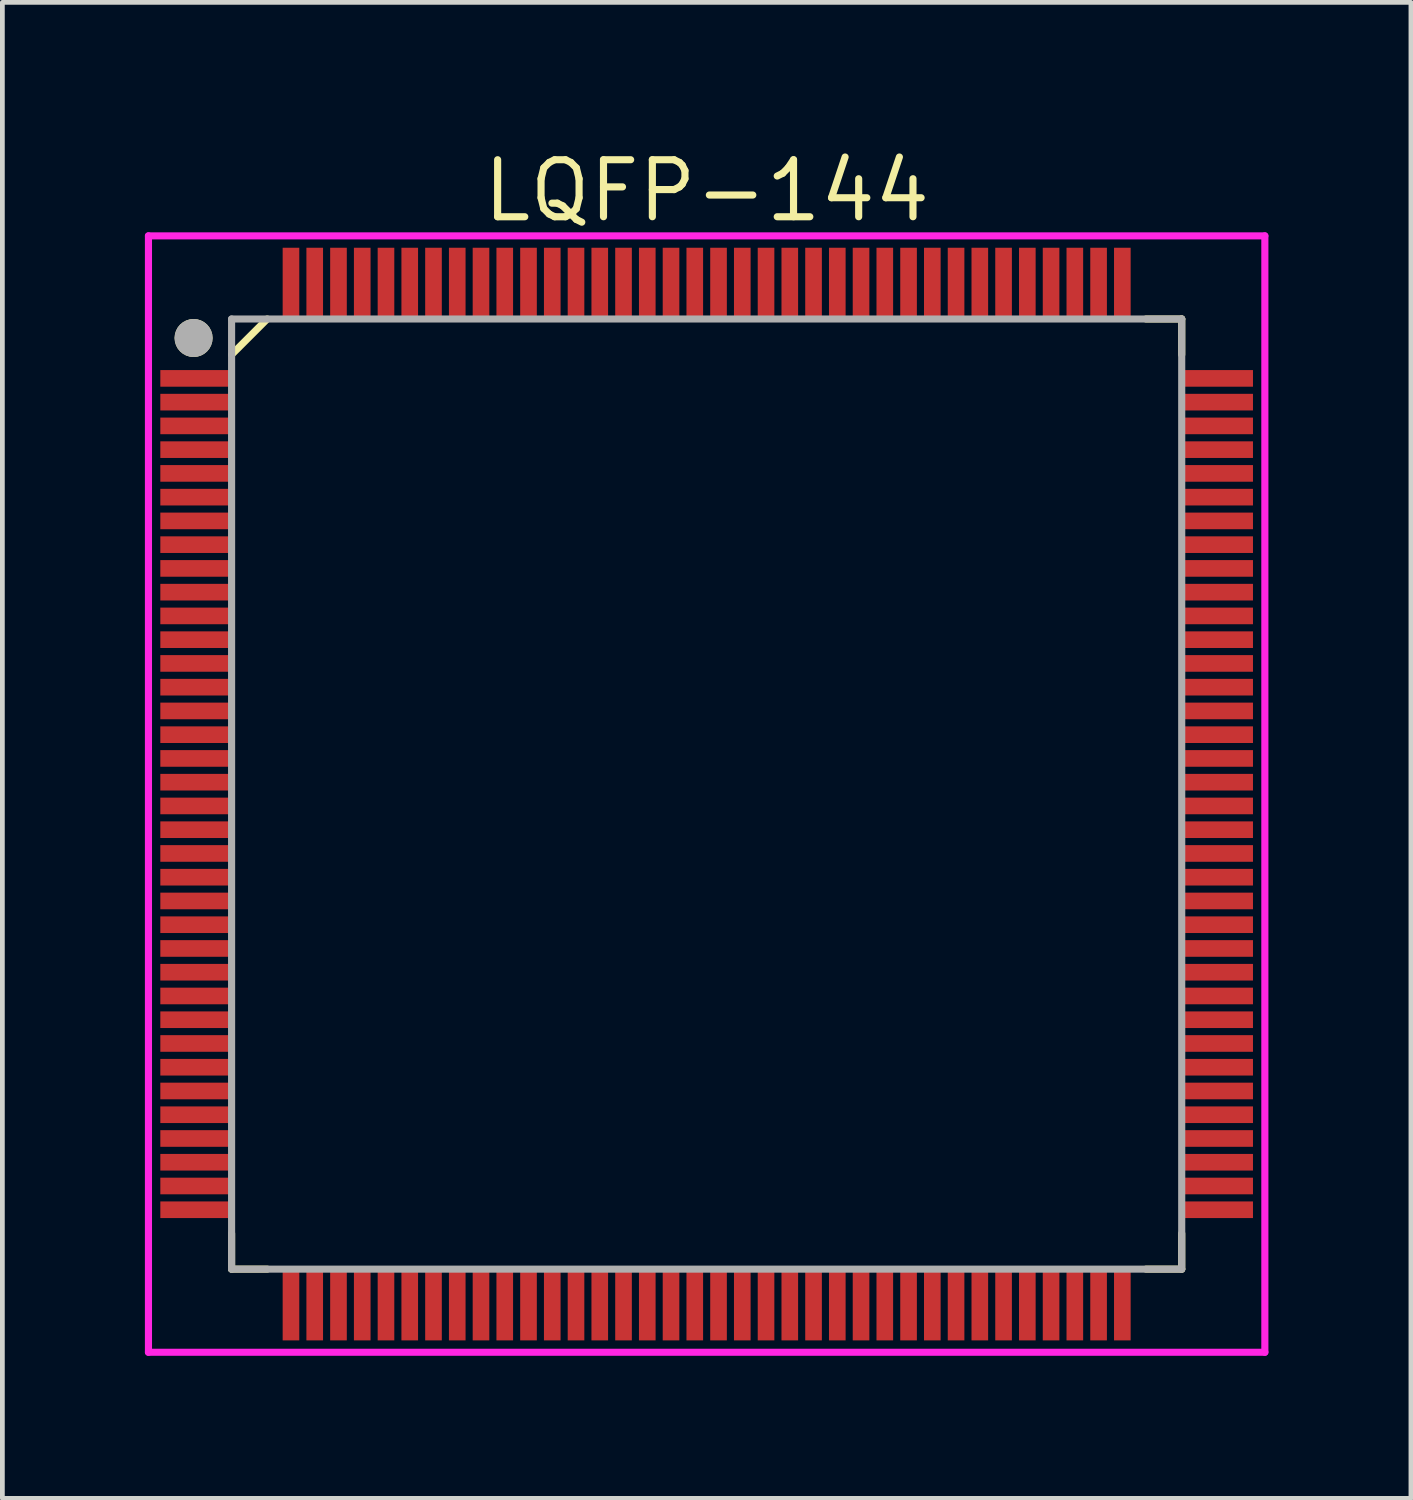
<source format=kicad_pcb>
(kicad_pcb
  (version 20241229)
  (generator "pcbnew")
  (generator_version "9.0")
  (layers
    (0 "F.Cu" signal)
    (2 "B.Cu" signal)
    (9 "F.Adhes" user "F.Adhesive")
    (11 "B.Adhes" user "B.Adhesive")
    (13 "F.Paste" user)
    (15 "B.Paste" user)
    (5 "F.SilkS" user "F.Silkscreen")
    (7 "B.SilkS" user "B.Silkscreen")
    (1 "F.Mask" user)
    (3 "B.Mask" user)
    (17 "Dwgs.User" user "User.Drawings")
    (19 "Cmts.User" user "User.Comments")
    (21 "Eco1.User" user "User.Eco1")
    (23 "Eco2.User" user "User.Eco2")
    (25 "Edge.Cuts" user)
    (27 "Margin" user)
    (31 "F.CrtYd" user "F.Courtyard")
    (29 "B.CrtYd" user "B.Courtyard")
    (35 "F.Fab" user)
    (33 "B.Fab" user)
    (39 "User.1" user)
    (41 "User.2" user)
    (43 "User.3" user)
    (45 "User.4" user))
  (footprint "LQFP-144"
    (layer "F.Cu")
    (at 11.825 13.665)
    (property "Reference" "LQFP-144" (at 0 -12.7 0) (layer "F.SilkS") (effects (font (size 1.2 1.2) (thickness 0.15))))
    (attr through_hole)
    (fp_line (start -10 -9.25) (end -9.25 -10) (stroke (width 0.15) (type solid)) (layer "F.SilkS"))
    (fp_line (start -10 10) (end -10 9.25) (stroke (width 0.15) (type solid)) (layer "F.SilkS"))
    (fp_line (start -9.25 10) (end -10 10) (stroke (width 0.15) (type solid)) (layer "F.SilkS"))
    (fp_line (start 9.25 -10) (end 10 -10) (stroke (width 0.15) (type solid)) (layer "F.SilkS"))
    (fp_line (start 9.25 10) (end 10 10) (stroke (width 0.15) (type solid)) (layer "F.SilkS"))
    (fp_line (start 10 -10) (end 10 -9.25) (stroke (width 0.15) (type solid)) (layer "F.SilkS"))
    (fp_line (start 10 10) (end 10 9.25) (stroke (width 0.15) (type solid)) (layer "F.SilkS"))
    (fp_circle (center -10.8 -9.6) (end -10.6 -9.6) (stroke (width 0.4) (type solid)) (fill no) (layer "F.SilkS"))
    (fp_line (start -11.75 -11.75) (end 11.75 -11.75) (stroke (width 0.15) (type solid)) (layer "F.CrtYd"))
    (fp_line (start -11.75 11.75) (end -11.75 -11.75) (stroke (width 0.15) (type solid)) (layer "F.CrtYd"))
    (fp_line (start 11.75 -11.75) (end 11.75 11.75) (stroke (width 0.15) (type solid)) (layer "F.CrtYd"))
    (fp_line (start 11.75 11.75) (end -11.75 11.75) (stroke (width 0.15) (type solid)) (layer "F.CrtYd"))
    (fp_line (start -10 -10) (end 10 -10) (stroke (width 0.15) (type solid)) (layer "F.Fab"))
    (fp_line (start -10 10) (end -10 -10) (stroke (width 0.15) (type solid)) (layer "F.Fab"))
    (fp_line (start 10 -10) (end 10 10) (stroke (width 0.15) (type solid)) (layer "F.Fab"))
    (fp_line (start 10 10) (end -10 10) (stroke (width 0.15) (type solid)) (layer "F.Fab"))
    (fp_circle (center -10.8 -9.6) (end -10.6 -9.6) (stroke (width 0.4) (type solid)) (fill no) (layer "F.Fab"))
    (pad "1" smd rect (at -10.75 -8.75 90) (size 0.35 1.5) (layers "F.Cu" "F.Mask" "F.Paste"))
    (pad "2" smd rect (at -10.75 -8.25 90) (size 0.35 1.5) (layers "F.Cu" "F.Mask" "F.Paste"))
    (pad "3" smd rect (at -10.75 -7.75 90) (size 0.35 1.5) (layers "F.Cu" "F.Mask" "F.Paste"))
    (pad "4" smd rect (at -10.75 -7.25 90) (size 0.35 1.5) (layers "F.Cu" "F.Mask" "F.Paste"))
    (pad "5" smd rect (at -10.75 -6.75 90) (size 0.35 1.5) (layers "F.Cu" "F.Mask" "F.Paste"))
    (pad "6" smd rect (at -10.75 -6.25 90) (size 0.35 1.5) (layers "F.Cu" "F.Mask" "F.Paste"))
    (pad "7" smd rect (at -10.75 -5.75 90) (size 0.35 1.5) (layers "F.Cu" "F.Mask" "F.Paste"))
    (pad "8" smd rect (at -10.75 -5.25 90) (size 0.35 1.5) (layers "F.Cu" "F.Mask" "F.Paste"))
    (pad "9" smd rect (at -10.75 -4.75 90) (size 0.35 1.5) (layers "F.Cu" "F.Mask" "F.Paste"))
    (pad "10" smd rect (at -10.75 -4.25 90) (size 0.35 1.5) (layers "F.Cu" "F.Mask" "F.Paste"))
    (pad "11" smd rect (at -10.75 -3.75 90) (size 0.35 1.5) (layers "F.Cu" "F.Mask" "F.Paste"))
    (pad "12" smd rect (at -10.75 -3.25 90) (size 0.35 1.5) (layers "F.Cu" "F.Mask" "F.Paste"))
    (pad "13" smd rect (at -10.75 -2.75 90) (size 0.35 1.5) (layers "F.Cu" "F.Mask" "F.Paste"))
    (pad "14" smd rect (at -10.75 -2.25 90) (size 0.35 1.5) (layers "F.Cu" "F.Mask" "F.Paste"))
    (pad "15" smd rect (at -10.75 -1.75 90) (size 0.35 1.5) (layers "F.Cu" "F.Mask" "F.Paste"))
    (pad "16" smd rect (at -10.75 -1.25 90) (size 0.35 1.5) (layers "F.Cu" "F.Mask" "F.Paste"))
    (pad "17" smd rect (at -10.75 -0.75 90) (size 0.35 1.5) (layers "F.Cu" "F.Mask" "F.Paste"))
    (pad "18" smd rect (at -10.75 -0.25 90) (size 0.35 1.5) (layers "F.Cu" "F.Mask" "F.Paste"))
    (pad "19" smd rect (at -10.75 0.25 90) (size 0.35 1.5) (layers "F.Cu" "F.Mask" "F.Paste"))
    (pad "20" smd rect (at -10.75 0.75 90) (size 0.35 1.5) (layers "F.Cu" "F.Mask" "F.Paste"))
    (pad "21" smd rect (at -10.75 1.25 90) (size 0.35 1.5) (layers "F.Cu" "F.Mask" "F.Paste"))
    (pad "22" smd rect (at -10.75 1.75 90) (size 0.35 1.5) (layers "F.Cu" "F.Mask" "F.Paste"))
    (pad "23" smd rect (at -10.75 2.25 90) (size 0.35 1.5) (layers "F.Cu" "F.Mask" "F.Paste"))
    (pad "24" smd rect (at -10.75 2.75 90) (size 0.35 1.5) (layers "F.Cu" "F.Mask" "F.Paste"))
    (pad "25" smd rect (at -10.75 3.25 90) (size 0.35 1.5) (layers "F.Cu" "F.Mask" "F.Paste"))
    (pad "26" smd rect (at -10.75 3.75 90) (size 0.35 1.5) (layers "F.Cu" "F.Mask" "F.Paste"))
    (pad "27" smd rect (at -10.75 4.25 90) (size 0.35 1.5) (layers "F.Cu" "F.Mask" "F.Paste"))
    (pad "28" smd rect (at -10.75 4.75 90) (size 0.35 1.5) (layers "F.Cu" "F.Mask" "F.Paste"))
    (pad "29" smd rect (at -10.75 5.25 90) (size 0.35 1.5) (layers "F.Cu" "F.Mask" "F.Paste"))
    (pad "30" smd rect (at -10.75 5.75 90) (size 0.35 1.5) (layers "F.Cu" "F.Mask" "F.Paste"))
    (pad "31" smd rect (at -10.75 6.25 90) (size 0.35 1.5) (layers "F.Cu" "F.Mask" "F.Paste"))
    (pad "32" smd rect (at -10.75 6.75 90) (size 0.35 1.5) (layers "F.Cu" "F.Mask" "F.Paste"))
    (pad "33" smd rect (at -10.75 7.25 90) (size 0.35 1.5) (layers "F.Cu" "F.Mask" "F.Paste"))
    (pad "34" smd rect (at -10.75 7.75 90) (size 0.35 1.5) (layers "F.Cu" "F.Mask" "F.Paste"))
    (pad "35" smd rect (at -10.75 8.25 90) (size 0.35 1.5) (layers "F.Cu" "F.Mask" "F.Paste"))
    (pad "36" smd rect (at -10.75 8.75 90) (size 0.35 1.5) (layers "F.Cu" "F.Mask" "F.Paste"))
    (pad "37" smd rect (at -8.75 10.75) (size 0.35 1.5) (layers "F.Cu" "F.Mask" "F.Paste"))
    (pad "38" smd rect (at -8.25 10.75) (size 0.35 1.5) (layers "F.Cu" "F.Mask" "F.Paste"))
    (pad "39" smd rect (at -7.75 10.75) (size 0.35 1.5) (layers "F.Cu" "F.Mask" "F.Paste"))
    (pad "40" smd rect (at -7.25 10.75) (size 0.35 1.5) (layers "F.Cu" "F.Mask" "F.Paste"))
    (pad "41" smd rect (at -6.75 10.75) (size 0.35 1.5) (layers "F.Cu" "F.Mask" "F.Paste"))
    (pad "42" smd rect (at -6.25 10.75) (size 0.35 1.5) (layers "F.Cu" "F.Mask" "F.Paste"))
    (pad "43" smd rect (at -5.75 10.75) (size 0.35 1.5) (layers "F.Cu" "F.Mask" "F.Paste"))
    (pad "44" smd rect (at -5.25 10.75) (size 0.35 1.5) (layers "F.Cu" "F.Mask" "F.Paste"))
    (pad "45" smd rect (at -4.75 10.75) (size 0.35 1.5) (layers "F.Cu" "F.Mask" "F.Paste"))
    (pad "46" smd rect (at -4.25 10.75) (size 0.35 1.5) (layers "F.Cu" "F.Mask" "F.Paste"))
    (pad "47" smd rect (at -3.75 10.75) (size 0.35 1.5) (layers "F.Cu" "F.Mask" "F.Paste"))
    (pad "48" smd rect (at -3.25 10.75) (size 0.35 1.5) (layers "F.Cu" "F.Mask" "F.Paste"))
    (pad "49" smd rect (at -2.75 10.75) (size 0.35 1.5) (layers "F.Cu" "F.Mask" "F.Paste"))
    (pad "50" smd rect (at -2.25 10.75) (size 0.35 1.5) (layers "F.Cu" "F.Mask" "F.Paste"))
    (pad "51" smd rect (at -1.75 10.75) (size 0.35 1.5) (layers "F.Cu" "F.Mask" "F.Paste"))
    (pad "52" smd rect (at -1.25 10.75) (size 0.35 1.5) (layers "F.Cu" "F.Mask" "F.Paste"))
    (pad "53" smd rect (at -0.75 10.75) (size 0.35 1.5) (layers "F.Cu" "F.Mask" "F.Paste"))
    (pad "54" smd rect (at -0.25 10.75) (size 0.35 1.5) (layers "F.Cu" "F.Mask" "F.Paste"))
    (pad "55" smd rect (at 0.25 10.75) (size 0.35 1.5) (layers "F.Cu" "F.Mask" "F.Paste"))
    (pad "56" smd rect (at 0.75 10.75) (size 0.35 1.5) (layers "F.Cu" "F.Mask" "F.Paste"))
    (pad "57" smd rect (at 1.25 10.75) (size 0.35 1.5) (layers "F.Cu" "F.Mask" "F.Paste"))
    (pad "58" smd rect (at 1.75 10.75) (size 0.35 1.5) (layers "F.Cu" "F.Mask" "F.Paste"))
    (pad "59" smd rect (at 2.25 10.75) (size 0.35 1.5) (layers "F.Cu" "F.Mask" "F.Paste"))
    (pad "60" smd rect (at 2.75 10.75) (size 0.35 1.5) (layers "F.Cu" "F.Mask" "F.Paste"))
    (pad "61" smd rect (at 3.25 10.75) (size 0.35 1.5) (layers "F.Cu" "F.Mask" "F.Paste"))
    (pad "62" smd rect (at 3.75 10.75) (size 0.35 1.5) (layers "F.Cu" "F.Mask" "F.Paste"))
    (pad "63" smd rect (at 4.25 10.75) (size 0.35 1.5) (layers "F.Cu" "F.Mask" "F.Paste"))
    (pad "64" smd rect (at 4.75 10.75) (size 0.35 1.5) (layers "F.Cu" "F.Mask" "F.Paste"))
    (pad "65" smd rect (at 5.25 10.75) (size 0.35 1.5) (layers "F.Cu" "F.Mask" "F.Paste"))
    (pad "66" smd rect (at 5.75 10.75) (size 0.35 1.5) (layers "F.Cu" "F.Mask" "F.Paste"))
    (pad "67" smd rect (at 6.25 10.75) (size 0.35 1.5) (layers "F.Cu" "F.Mask" "F.Paste"))
    (pad "68" smd rect (at 6.75 10.75) (size 0.35 1.5) (layers "F.Cu" "F.Mask" "F.Paste"))
    (pad "69" smd rect (at 7.25 10.75) (size 0.35 1.5) (layers "F.Cu" "F.Mask" "F.Paste"))
    (pad "70" smd rect (at 7.75 10.75) (size 0.35 1.5) (layers "F.Cu" "F.Mask" "F.Paste"))
    (pad "71" smd rect (at 8.25 10.75) (size 0.35 1.5) (layers "F.Cu" "F.Mask" "F.Paste"))
    (pad "72" smd rect (at 8.75 10.75) (size 0.35 1.5) (layers "F.Cu" "F.Mask" "F.Paste"))
    (pad "73" smd rect (at 10.75 8.75 90) (size 0.35 1.5) (layers "F.Cu" "F.Mask" "F.Paste"))
    (pad "74" smd rect (at 10.75 8.25 90) (size 0.35 1.5) (layers "F.Cu" "F.Mask" "F.Paste"))
    (pad "75" smd rect (at 10.75 7.75 90) (size 0.35 1.5) (layers "F.Cu" "F.Mask" "F.Paste"))
    (pad "76" smd rect (at 10.75 7.25 90) (size 0.35 1.5) (layers "F.Cu" "F.Mask" "F.Paste"))
    (pad "77" smd rect (at 10.75 6.75 90) (size 0.35 1.5) (layers "F.Cu" "F.Mask" "F.Paste"))
    (pad "78" smd rect (at 10.75 6.25 90) (size 0.35 1.5) (layers "F.Cu" "F.Mask" "F.Paste"))
    (pad "79" smd rect (at 10.75 5.75 90) (size 0.35 1.5) (layers "F.Cu" "F.Mask" "F.Paste"))
    (pad "80" smd rect (at 10.75 5.25 90) (size 0.35 1.5) (layers "F.Cu" "F.Mask" "F.Paste"))
    (pad "81" smd rect (at 10.75 4.75 90) (size 0.35 1.5) (layers "F.Cu" "F.Mask" "F.Paste"))
    (pad "82" smd rect (at 10.75 4.25 90) (size 0.35 1.5) (layers "F.Cu" "F.Mask" "F.Paste"))
    (pad "83" smd rect (at 10.75 3.75 90) (size 0.35 1.5) (layers "F.Cu" "F.Mask" "F.Paste"))
    (pad "84" smd rect (at 10.75 3.25 90) (size 0.35 1.5) (layers "F.Cu" "F.Mask" "F.Paste"))
    (pad "85" smd rect (at 10.75 2.75 90) (size 0.35 1.5) (layers "F.Cu" "F.Mask" "F.Paste"))
    (pad "86" smd rect (at 10.75 2.25 90) (size 0.35 1.5) (layers "F.Cu" "F.Mask" "F.Paste"))
    (pad "87" smd rect (at 10.75 1.75 90) (size 0.35 1.5) (layers "F.Cu" "F.Mask" "F.Paste"))
    (pad "88" smd rect (at 10.75 1.25 90) (size 0.35 1.5) (layers "F.Cu" "F.Mask" "F.Paste"))
    (pad "89" smd rect (at 10.75 0.75 90) (size 0.35 1.5) (layers "F.Cu" "F.Mask" "F.Paste"))
    (pad "90" smd rect (at 10.75 0.25 90) (size 0.35 1.5) (layers "F.Cu" "F.Mask" "F.Paste"))
    (pad "91" smd rect (at 10.75 -0.25 90) (size 0.35 1.5) (layers "F.Cu" "F.Mask" "F.Paste"))
    (pad "92" smd rect (at 10.75 -0.75 90) (size 0.35 1.5) (layers "F.Cu" "F.Mask" "F.Paste"))
    (pad "93" smd rect (at 10.75 -1.25 90) (size 0.35 1.5) (layers "F.Cu" "F.Mask" "F.Paste"))
    (pad "94" smd rect (at 10.75 -1.75 90) (size 0.35 1.5) (layers "F.Cu" "F.Mask" "F.Paste"))
    (pad "95" smd rect (at 10.75 -2.25 90) (size 0.35 1.5) (layers "F.Cu" "F.Mask" "F.Paste"))
    (pad "96" smd rect (at 10.75 -2.75 90) (size 0.35 1.5) (layers "F.Cu" "F.Mask" "F.Paste"))
    (pad "97" smd rect (at 10.75 -3.25 90) (size 0.35 1.5) (layers "F.Cu" "F.Mask" "F.Paste"))
    (pad "98" smd rect (at 10.75 -3.75 90) (size 0.35 1.5) (layers "F.Cu" "F.Mask" "F.Paste"))
    (pad "99" smd rect (at 10.75 -4.25 90) (size 0.35 1.5) (layers "F.Cu" "F.Mask" "F.Paste"))
    (pad "100" smd rect (at 10.75 -4.75 90) (size 0.35 1.5) (layers "F.Cu" "F.Mask" "F.Paste"))
    (pad "101" smd rect (at 10.75 -5.25 90) (size 0.35 1.5) (layers "F.Cu" "F.Mask" "F.Paste"))
    (pad "102" smd rect (at 10.75 -5.75 90) (size 0.35 1.5) (layers "F.Cu" "F.Mask" "F.Paste"))
    (pad "103" smd rect (at 10.75 -6.25 90) (size 0.35 1.5) (layers "F.Cu" "F.Mask" "F.Paste"))
    (pad "104" smd rect (at 10.75 -6.75 90) (size 0.35 1.5) (layers "F.Cu" "F.Mask" "F.Paste"))
    (pad "105" smd rect (at 10.75 -7.25 90) (size 0.35 1.5) (layers "F.Cu" "F.Mask" "F.Paste"))
    (pad "106" smd rect (at 10.75 -7.75 90) (size 0.35 1.5) (layers "F.Cu" "F.Mask" "F.Paste"))
    (pad "107" smd rect (at 10.75 -8.25 90) (size 0.35 1.5) (layers "F.Cu" "F.Mask" "F.Paste"))
    (pad "108" smd rect (at 10.75 -8.75 90) (size 0.35 1.5) (layers "F.Cu" "F.Mask" "F.Paste"))
    (pad "109" smd rect (at 8.75 -10.75) (size 0.35 1.5) (layers "F.Cu" "F.Mask" "F.Paste"))
    (pad "110" smd rect (at 8.25 -10.75) (size 0.35 1.5) (layers "F.Cu" "F.Mask" "F.Paste"))
    (pad "111" smd rect (at 7.75 -10.75) (size 0.35 1.5) (layers "F.Cu" "F.Mask" "F.Paste"))
    (pad "112" smd rect (at 7.25 -10.75) (size 0.35 1.5) (layers "F.Cu" "F.Mask" "F.Paste"))
    (pad "113" smd rect (at 6.75 -10.75) (size 0.35 1.5) (layers "F.Cu" "F.Mask" "F.Paste"))
    (pad "114" smd rect (at 6.25 -10.75) (size 0.35 1.5) (layers "F.Cu" "F.Mask" "F.Paste"))
    (pad "115" smd rect (at 5.75 -10.75) (size 0.35 1.5) (layers "F.Cu" "F.Mask" "F.Paste"))
    (pad "116" smd rect (at 5.25 -10.75) (size 0.35 1.5) (layers "F.Cu" "F.Mask" "F.Paste"))
    (pad "117" smd rect (at 4.75 -10.75) (size 0.35 1.5) (layers "F.Cu" "F.Mask" "F.Paste"))
    (pad "118" smd rect (at 4.25 -10.75) (size 0.35 1.5) (layers "F.Cu" "F.Mask" "F.Paste"))
    (pad "119" smd rect (at 3.75 -10.75) (size 0.35 1.5) (layers "F.Cu" "F.Mask" "F.Paste"))
    (pad "120" smd rect (at 3.25 -10.75) (size 0.35 1.5) (layers "F.Cu" "F.Mask" "F.Paste"))
    (pad "121" smd rect (at 2.75 -10.75) (size 0.35 1.5) (layers "F.Cu" "F.Mask" "F.Paste"))
    (pad "122" smd rect (at 2.25 -10.75) (size 0.35 1.5) (layers "F.Cu" "F.Mask" "F.Paste"))
    (pad "123" smd rect (at 1.75 -10.75) (size 0.35 1.5) (layers "F.Cu" "F.Mask" "F.Paste"))
    (pad "124" smd rect (at 1.25 -10.75) (size 0.35 1.5) (layers "F.Cu" "F.Mask" "F.Paste"))
    (pad "125" smd rect (at 0.75 -10.75) (size 0.35 1.5) (layers "F.Cu" "F.Mask" "F.Paste"))
    (pad "126" smd rect (at 0.25 -10.75) (size 0.35 1.5) (layers "F.Cu" "F.Mask" "F.Paste"))
    (pad "127" smd rect (at -0.25 -10.75) (size 0.35 1.5) (layers "F.Cu" "F.Mask" "F.Paste"))
    (pad "128" smd rect (at -0.75 -10.75) (size 0.35 1.5) (layers "F.Cu" "F.Mask" "F.Paste"))
    (pad "129" smd rect (at -1.25 -10.75) (size 0.35 1.5) (layers "F.Cu" "F.Mask" "F.Paste"))
    (pad "130" smd rect (at -1.75 -10.75) (size 0.35 1.5) (layers "F.Cu" "F.Mask" "F.Paste"))
    (pad "131" smd rect (at -2.25 -10.75) (size 0.35 1.5) (layers "F.Cu" "F.Mask" "F.Paste"))
    (pad "132" smd rect (at -2.75 -10.75) (size 0.35 1.5) (layers "F.Cu" "F.Mask" "F.Paste"))
    (pad "133" smd rect (at -3.25 -10.75) (size 0.35 1.5) (layers "F.Cu" "F.Mask" "F.Paste"))
    (pad "134" smd rect (at -3.75 -10.75) (size 0.35 1.5) (layers "F.Cu" "F.Mask" "F.Paste"))
    (pad "135" smd rect (at -4.25 -10.75) (size 0.35 1.5) (layers "F.Cu" "F.Mask" "F.Paste"))
    (pad "136" smd rect (at -4.75 -10.75) (size 0.35 1.5) (layers "F.Cu" "F.Mask" "F.Paste"))
    (pad "137" smd rect (at -5.25 -10.75) (size 0.35 1.5) (layers "F.Cu" "F.Mask" "F.Paste"))
    (pad "138" smd rect (at -5.75 -10.75) (size 0.35 1.5) (layers "F.Cu" "F.Mask" "F.Paste"))
    (pad "139" smd rect (at -6.25 -10.75) (size 0.35 1.5) (layers "F.Cu" "F.Mask" "F.Paste"))
    (pad "140" smd rect (at -6.75 -10.75) (size 0.35 1.5) (layers "F.Cu" "F.Mask" "F.Paste"))
    (pad "141" smd rect (at -7.25 -10.75) (size 0.35 1.5) (layers "F.Cu" "F.Mask" "F.Paste"))
    (pad "142" smd rect (at -7.75 -10.75) (size 0.35 1.5) (layers "F.Cu" "F.Mask" "F.Paste"))
    (pad "143" smd rect (at -8.25 -10.75) (size 0.35 1.5) (layers "F.Cu" "F.Mask" "F.Paste"))
    (pad "144" smd rect (at -8.75 -10.75) (size 0.35 1.5) (layers "F.Cu" "F.Mask" "F.Paste")))
  (gr_rect
    (start -3 -3)
    (end 26.65 28.49)
    (stroke (width 0.1) (type default))
    (fill no)
    (layer "Edge.Cuts")))
</source>
